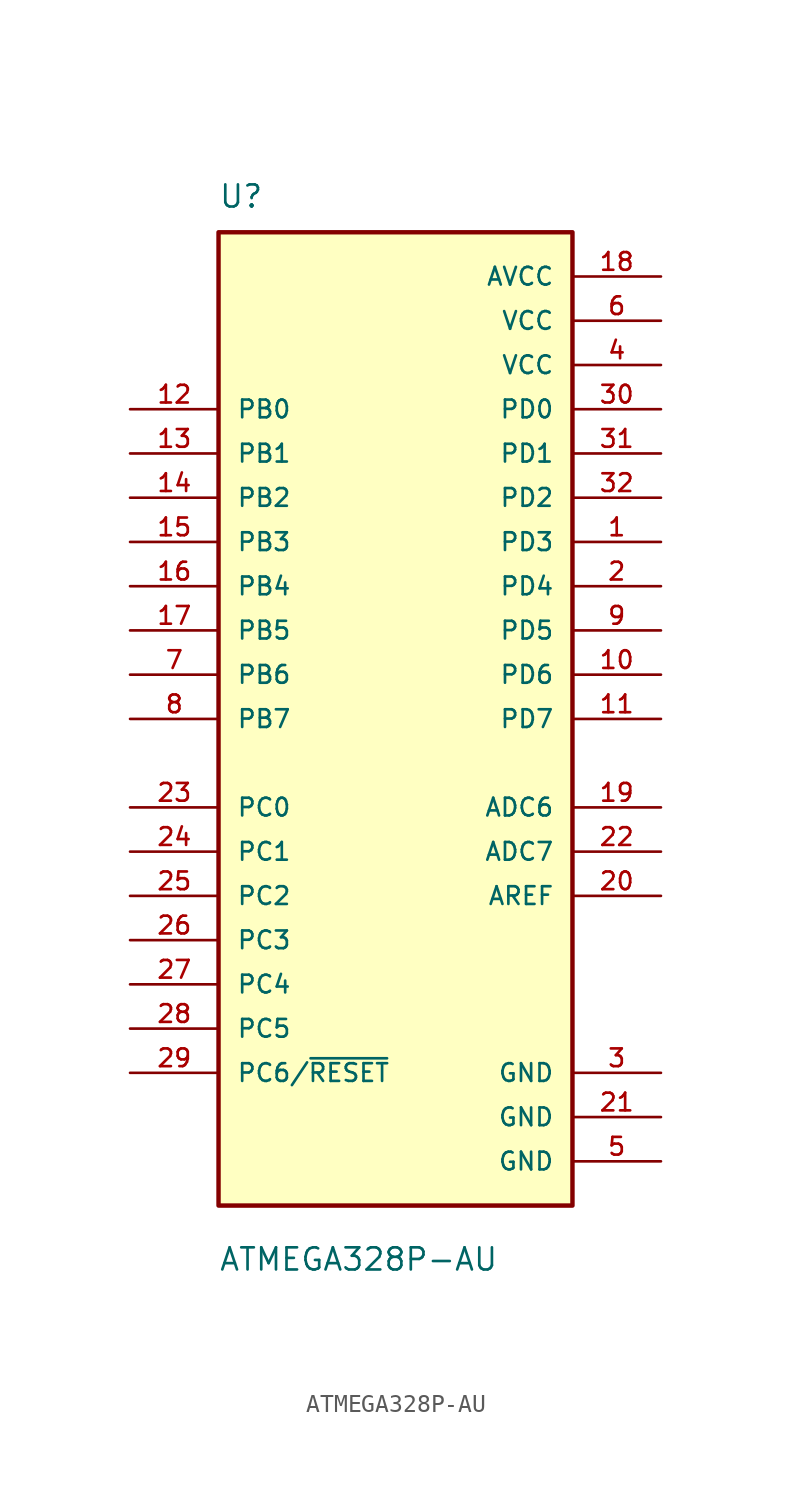
<source format=kicad_sym>
(kicad_symbol_lib
  (version 20241209)
  (generator "kicad_symbol_editor")
  (generator_version "9.0")
  (symbol "ATMEGA328P-AU"
    (pin_names
      (offset 1.016))
    (property "Reference" "U"
      (at -10.175 29.255 0)
      (effects (font (size 1.27 1.27)) (justify left bottom)))
    (property "Value" "ATMEGA328P-AU"
      (at -10.167 -31.771 0)
      (effects (font (size 1.27 1.27)) (justify left bottom)))
    (symbol "ATMEGA328P-AU_0_0"
      (rectangle (start -10.16 -27.94) (end 10.16 27.94) (stroke (width 0.254) (type default)) (fill (type background)))
      (pin bidirectional line (at -15.24 17.78 0) (length 5.08) (name "PB0" (effects (font (size 1.016 1.016)))) (number "12" (effects (font (size 1.016 1.016)))))
      (pin bidirectional line (at -15.24 15.24 0) (length 5.08) (name "PB1" (effects (font (size 1.016 1.016)))) (number "13" (effects (font (size 1.016 1.016)))))
      (pin bidirectional line (at -15.24 12.7 0) (length 5.08) (name "PB2" (effects (font (size 1.016 1.016)))) (number "14" (effects (font (size 1.016 1.016)))))
      (pin bidirectional line (at -15.24 10.16 0) (length 5.08) (name "PB3" (effects (font (size 1.016 1.016)))) (number "15" (effects (font (size 1.016 1.016)))))
      (pin bidirectional line (at -15.24 7.62 0) (length 5.08) (name "PB4" (effects (font (size 1.016 1.016)))) (number "16" (effects (font (size 1.016 1.016)))))
      (pin bidirectional line (at -15.24 5.08 0) (length 5.08) (name "PB5" (effects (font (size 1.016 1.016)))) (number "17" (effects (font (size 1.016 1.016)))))
      (pin bidirectional line (at -15.24 2.54 0) (length 5.08) (name "PB6" (effects (font (size 1.016 1.016)))) (number "7" (effects (font (size 1.016 1.016)))))
      (pin bidirectional line (at -15.24 0 0) (length 5.08) (name "PB7" (effects (font (size 1.016 1.016)))) (number "8" (effects (font (size 1.016 1.016)))))
      (pin bidirectional line (at -15.24 -5.08 0) (length 5.08) (name "PC0" (effects (font (size 1.016 1.016)))) (number "23" (effects (font (size 1.016 1.016)))))
      (pin bidirectional line (at -15.24 -7.62 0) (length 5.08) (name "PC1" (effects (font (size 1.016 1.016)))) (number "24" (effects (font (size 1.016 1.016)))))
      (pin bidirectional line (at -15.24 -10.16 0) (length 5.08) (name "PC2" (effects (font (size 1.016 1.016)))) (number "25" (effects (font (size 1.016 1.016)))))
      (pin bidirectional line (at -15.24 -12.7 0) (length 5.08) (name "PC3" (effects (font (size 1.016 1.016)))) (number "26" (effects (font (size 1.016 1.016)))))
      (pin bidirectional line (at -15.24 -15.24 0) (length 5.08) (name "PC4" (effects (font (size 1.016 1.016)))) (number "27" (effects (font (size 1.016 1.016)))))
      (pin bidirectional line (at -15.24 -17.78 0) (length 5.08) (name "PC5" (effects (font (size 1.016 1.016)))) (number "28" (effects (font (size 1.016 1.016)))))
      (pin bidirectional line (at -15.24 -20.32 0) (length 5.08) (name "PC6/~{RESET}" (effects (font (size 1.016 1.016)))) (number "29" (effects (font (size 1.016 1.016)))))
      (pin power_in line (at 15.24 25.4 180) (length 5.08) (name "AVCC" (effects (font (size 1.016 1.016)))) (number "18" (effects (font (size 1.016 1.016)))))
      (pin power_in line (at 15.24 22.86 180) (length 5.08) (name "VCC" (effects (font (size 1.016 1.016)))) (number "6" (effects (font (size 1.016 1.016)))))
      (pin power_in line (at 15.24 20.32 180) (length 5.08) (name "VCC" (effects (font (size 1.016 1.016)))) (number "4" (effects (font (size 1.016 1.016)))))
      (pin bidirectional line (at 15.24 17.78 180) (length 5.08) (name "PD0" (effects (font (size 1.016 1.016)))) (number "30" (effects (font (size 1.016 1.016)))))
      (pin bidirectional line (at 15.24 15.24 180) (length 5.08) (name "PD1" (effects (font (size 1.016 1.016)))) (number "31" (effects (font (size 1.016 1.016)))))
      (pin bidirectional line (at 15.24 12.7 180) (length 5.08) (name "PD2" (effects (font (size 1.016 1.016)))) (number "32" (effects (font (size 1.016 1.016)))))
      (pin bidirectional line (at 15.24 10.16 180) (length 5.08) (name "PD3" (effects (font (size 1.016 1.016)))) (number "1" (effects (font (size 1.016 1.016)))))
      (pin bidirectional line (at 15.24 7.62 180) (length 5.08) (name "PD4" (effects (font (size 1.016 1.016)))) (number "2" (effects (font (size 1.016 1.016)))))
      (pin bidirectional line (at 15.24 5.08 180) (length 5.08) (name "PD5" (effects (font (size 1.016 1.016)))) (number "9" (effects (font (size 1.016 1.016)))))
      (pin bidirectional line (at 15.24 2.54 180) (length 5.08) (name "PD6" (effects (font (size 1.016 1.016)))) (number "10" (effects (font (size 1.016 1.016)))))
      (pin bidirectional line (at 15.24 0 180) (length 5.08) (name "PD7" (effects (font (size 1.016 1.016)))) (number "11" (effects (font (size 1.016 1.016)))))
      (pin bidirectional line (at 15.24 -5.08 180) (length 5.08) (name "ADC6" (effects (font (size 1.016 1.016)))) (number "19" (effects (font (size 1.016 1.016)))))
      (pin bidirectional line (at 15.24 -7.62 180) (length 5.08) (name "ADC7" (effects (font (size 1.016 1.016)))) (number "22" (effects (font (size 1.016 1.016)))))
      (pin input line (at 15.24 -10.16 180) (length 5.08) (name "AREF" (effects (font (size 1.016 1.016)))) (number "20" (effects (font (size 1.016 1.016)))))
      (pin power_in line (at 15.24 -20.32 180) (length 5.08) (name "GND" (effects (font (size 1.016 1.016)))) (number "3" (effects (font (size 1.016 1.016)))))
      (pin power_in line (at 15.24 -22.86 180) (length 5.08) (name "GND" (effects (font (size 1.016 1.016)))) (number "21" (effects (font (size 1.016 1.016)))))
      (pin power_in line (at 15.24 -25.4 180) (length 5.08) (name "GND" (effects (font (size 1.016 1.016)))) (number "5" (effects (font (size 1.016 1.016))))))))
</source>
